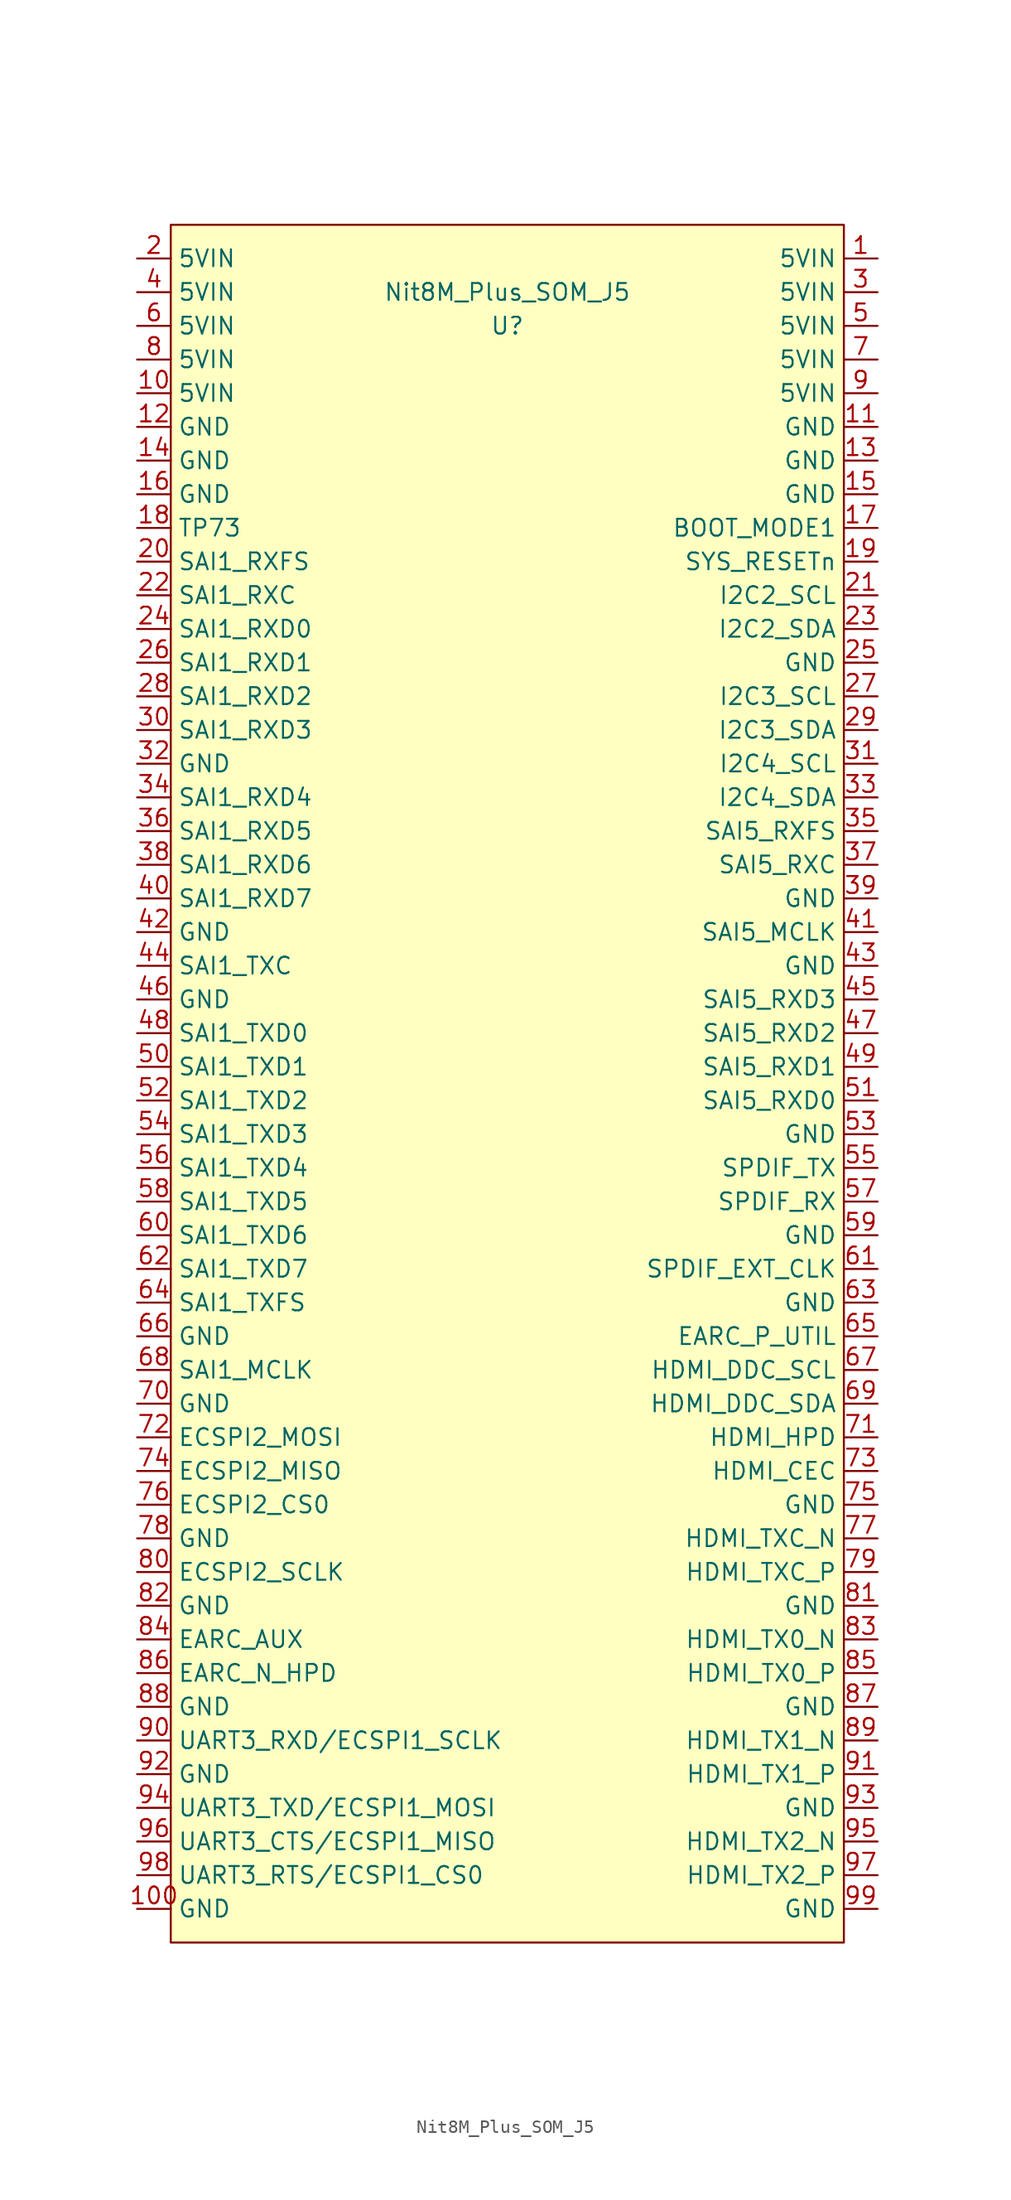
<source format=kicad_sym>
(kicad_symbol_lib
  (version 20211014)
  (generator kicad_symbol_editor)
  (symbol "Nit8M_Plus_SOM_J5"
    (property "Reference" "U"
      (at 0 31.75 0)
      (effects (font (size 1.27 1.27))))
    (property "Value" "Nit8M_Plus_SOM_J5"
      (at 0 34.29 0)
      (effects (font (size 1.27 1.27))))
    (symbol "Nit8M_Plus_SOM_J5_0_1"
      (rectangle (start -25.4 39.37) (end 25.4 -90.17) (stroke (width 0) (type default) (color 0 0 0 0)) (fill (type background))))
    (symbol "Nit8M_Plus_SOM_J5_1_1"
      (pin input line (at 27.94 36.83 180) (length 2.54) (name "5VIN" (effects (font (size 1.27 1.27)))) (number "1" (effects (font (size 1.27 1.27)))))
      (pin input line (at -27.94 26.67 0) (length 2.54) (name "5VIN" (effects (font (size 1.27 1.27)))) (number "10" (effects (font (size 1.27 1.27)))))
      (pin input line (at -27.94 -87.63 0) (length 2.54) (name "GND" (effects (font (size 1.27 1.27)))) (number "100" (effects (font (size 1.27 1.27)))))
      (pin input line (at 27.94 24.13 180) (length 2.54) (name "GND" (effects (font (size 1.27 1.27)))) (number "11" (effects (font (size 1.27 1.27)))))
      (pin input line (at -27.94 24.13 0) (length 2.54) (name "GND" (effects (font (size 1.27 1.27)))) (number "12" (effects (font (size 1.27 1.27)))))
      (pin input line (at 27.94 21.59 180) (length 2.54) (name "GND" (effects (font (size 1.27 1.27)))) (number "13" (effects (font (size 1.27 1.27)))))
      (pin input line (at -27.94 21.59 0) (length 2.54) (name "GND" (effects (font (size 1.27 1.27)))) (number "14" (effects (font (size 1.27 1.27)))))
      (pin input line (at 27.94 19.05 180) (length 2.54) (name "GND" (effects (font (size 1.27 1.27)))) (number "15" (effects (font (size 1.27 1.27)))))
      (pin input line (at -27.94 19.05 0) (length 2.54) (name "GND" (effects (font (size 1.27 1.27)))) (number "16" (effects (font (size 1.27 1.27)))))
      (pin input line (at 27.94 16.51 180) (length 2.54) (name "BOOT_MODE1" (effects (font (size 1.27 1.27)))) (number "17" (effects (font (size 1.27 1.27)))))
      (pin input line (at -27.94 16.51 0) (length 2.54) (name "TP73" (effects (font (size 1.27 1.27)))) (number "18" (effects (font (size 1.27 1.27)))))
      (pin input line (at 27.94 13.97 180) (length 2.54) (name "SYS_RESETn" (effects (font (size 1.27 1.27)))) (number "19" (effects (font (size 1.27 1.27)))))
      (pin input line (at -27.94 36.83 0) (length 2.54) (name "5VIN" (effects (font (size 1.27 1.27)))) (number "2" (effects (font (size 1.27 1.27)))))
      (pin input line (at -27.94 13.97 0) (length 2.54) (name "SAI1_RXFS" (effects (font (size 1.27 1.27)))) (number "20" (effects (font (size 1.27 1.27)))))
      (pin input line (at 27.94 11.43 180) (length 2.54) (name "I2C2_SCL" (effects (font (size 1.27 1.27)))) (number "21" (effects (font (size 1.27 1.27)))))
      (pin input line (at -27.94 11.43 0) (length 2.54) (name "SAI1_RXC" (effects (font (size 1.27 1.27)))) (number "22" (effects (font (size 1.27 1.27)))))
      (pin input line (at 27.94 8.89 180) (length 2.54) (name "I2C2_SDA" (effects (font (size 1.27 1.27)))) (number "23" (effects (font (size 1.27 1.27)))))
      (pin input line (at -27.94 8.89 0) (length 2.54) (name "SAI1_RXD0" (effects (font (size 1.27 1.27)))) (number "24" (effects (font (size 1.27 1.27)))))
      (pin input line (at 27.94 6.35 180) (length 2.54) (name "GND" (effects (font (size 1.27 1.27)))) (number "25" (effects (font (size 1.27 1.27)))))
      (pin input line (at -27.94 6.35 0) (length 2.54) (name "SAI1_RXD1" (effects (font (size 1.27 1.27)))) (number "26" (effects (font (size 1.27 1.27)))))
      (pin input line (at 27.94 3.81 180) (length 2.54) (name "I2C3_SCL" (effects (font (size 1.27 1.27)))) (number "27" (effects (font (size 1.27 1.27)))))
      (pin input line (at -27.94 3.81 0) (length 2.54) (name "SAI1_RXD2" (effects (font (size 1.27 1.27)))) (number "28" (effects (font (size 1.27 1.27)))))
      (pin input line (at 27.94 1.27 180) (length 2.54) (name "I2C3_SDA" (effects (font (size 1.27 1.27)))) (number "29" (effects (font (size 1.27 1.27)))))
      (pin input line (at 27.94 34.29 180) (length 2.54) (name "5VIN" (effects (font (size 1.27 1.27)))) (number "3" (effects (font (size 1.27 1.27)))))
      (pin input line (at -27.94 1.27 0) (length 2.54) (name "SAI1_RXD3" (effects (font (size 1.27 1.27)))) (number "30" (effects (font (size 1.27 1.27)))))
      (pin input line (at 27.94 -1.27 180) (length 2.54) (name "I2C4_SCL" (effects (font (size 1.27 1.27)))) (number "31" (effects (font (size 1.27 1.27)))))
      (pin input line (at -27.94 -1.27 0) (length 2.54) (name "GND" (effects (font (size 1.27 1.27)))) (number "32" (effects (font (size 1.27 1.27)))))
      (pin input line (at 27.94 -3.81 180) (length 2.54) (name "I2C4_SDA" (effects (font (size 1.27 1.27)))) (number "33" (effects (font (size 1.27 1.27)))))
      (pin input line (at -27.94 -3.81 0) (length 2.54) (name "SAI1_RXD4" (effects (font (size 1.27 1.27)))) (number "34" (effects (font (size 1.27 1.27)))))
      (pin input line (at 27.94 -6.35 180) (length 2.54) (name "SAI5_RXFS" (effects (font (size 1.27 1.27)))) (number "35" (effects (font (size 1.27 1.27)))))
      (pin input line (at -27.94 -6.35 0) (length 2.54) (name "SAI1_RXD5" (effects (font (size 1.27 1.27)))) (number "36" (effects (font (size 1.27 1.27)))))
      (pin input line (at 27.94 -8.89 180) (length 2.54) (name "SAI5_RXC" (effects (font (size 1.27 1.27)))) (number "37" (effects (font (size 1.27 1.27)))))
      (pin input line (at -27.94 -8.89 0) (length 2.54) (name "SAI1_RXD6" (effects (font (size 1.27 1.27)))) (number "38" (effects (font (size 1.27 1.27)))))
      (pin input line (at 27.94 -11.43 180) (length 2.54) (name "GND" (effects (font (size 1.27 1.27)))) (number "39" (effects (font (size 1.27 1.27)))))
      (pin input line (at -27.94 34.29 0) (length 2.54) (name "5VIN" (effects (font (size 1.27 1.27)))) (number "4" (effects (font (size 1.27 1.27)))))
      (pin input line (at -27.94 -11.43 0) (length 2.54) (name "SAI1_RXD7" (effects (font (size 1.27 1.27)))) (number "40" (effects (font (size 1.27 1.27)))))
      (pin input line (at 27.94 -13.97 180) (length 2.54) (name "SAI5_MCLK" (effects (font (size 1.27 1.27)))) (number "41" (effects (font (size 1.27 1.27)))))
      (pin input line (at -27.94 -13.97 0) (length 2.54) (name "GND" (effects (font (size 1.27 1.27)))) (number "42" (effects (font (size 1.27 1.27)))))
      (pin input line (at 27.94 -16.51 180) (length 2.54) (name "GND" (effects (font (size 1.27 1.27)))) (number "43" (effects (font (size 1.27 1.27)))))
      (pin input line (at -27.94 -16.51 0) (length 2.54) (name "SAI1_TXC" (effects (font (size 1.27 1.27)))) (number "44" (effects (font (size 1.27 1.27)))))
      (pin input line (at 27.94 -19.05 180) (length 2.54) (name "SAI5_RXD3" (effects (font (size 1.27 1.27)))) (number "45" (effects (font (size 1.27 1.27)))))
      (pin input line (at -27.94 -19.05 0) (length 2.54) (name "GND" (effects (font (size 1.27 1.27)))) (number "46" (effects (font (size 1.27 1.27)))))
      (pin input line (at 27.94 -21.59 180) (length 2.54) (name "SAI5_RXD2" (effects (font (size 1.27 1.27)))) (number "47" (effects (font (size 1.27 1.27)))))
      (pin input line (at -27.94 -21.59 0) (length 2.54) (name "SAI1_TXD0" (effects (font (size 1.27 1.27)))) (number "48" (effects (font (size 1.27 1.27)))))
      (pin input line (at 27.94 -24.13 180) (length 2.54) (name "SAI5_RXD1" (effects (font (size 1.27 1.27)))) (number "49" (effects (font (size 1.27 1.27)))))
      (pin input line (at 27.94 31.75 180) (length 2.54) (name "5VIN" (effects (font (size 1.27 1.27)))) (number "5" (effects (font (size 1.27 1.27)))))
      (pin input line (at -27.94 -24.13 0) (length 2.54) (name "SAI1_TXD1" (effects (font (size 1.27 1.27)))) (number "50" (effects (font (size 1.27 1.27)))))
      (pin input line (at 27.94 -26.67 180) (length 2.54) (name "SAI5_RXD0" (effects (font (size 1.27 1.27)))) (number "51" (effects (font (size 1.27 1.27)))))
      (pin input line (at -27.94 -26.67 0) (length 2.54) (name "SAI1_TXD2" (effects (font (size 1.27 1.27)))) (number "52" (effects (font (size 1.27 1.27)))))
      (pin input line (at 27.94 -29.21 180) (length 2.54) (name "GND" (effects (font (size 1.27 1.27)))) (number "53" (effects (font (size 1.27 1.27)))))
      (pin input line (at -27.94 -29.21 0) (length 2.54) (name "SAI1_TXD3" (effects (font (size 1.27 1.27)))) (number "54" (effects (font (size 1.27 1.27)))))
      (pin input line (at 27.94 -31.75 180) (length 2.54) (name "SPDIF_TX" (effects (font (size 1.27 1.27)))) (number "55" (effects (font (size 1.27 1.27)))))
      (pin input line (at -27.94 -31.75 0) (length 2.54) (name "SAI1_TXD4" (effects (font (size 1.27 1.27)))) (number "56" (effects (font (size 1.27 1.27)))))
      (pin input line (at 27.94 -34.29 180) (length 2.54) (name "SPDIF_RX" (effects (font (size 1.27 1.27)))) (number "57" (effects (font (size 1.27 1.27)))))
      (pin input line (at -27.94 -34.29 0) (length 2.54) (name "SAI1_TXD5" (effects (font (size 1.27 1.27)))) (number "58" (effects (font (size 1.27 1.27)))))
      (pin input line (at 27.94 -36.83 180) (length 2.54) (name "GND" (effects (font (size 1.27 1.27)))) (number "59" (effects (font (size 1.27 1.27)))))
      (pin input line (at -27.94 31.75 0) (length 2.54) (name "5VIN" (effects (font (size 1.27 1.27)))) (number "6" (effects (font (size 1.27 1.27)))))
      (pin input line (at -27.94 -36.83 0) (length 2.54) (name "SAI1_TXD6" (effects (font (size 1.27 1.27)))) (number "60" (effects (font (size 1.27 1.27)))))
      (pin input line (at 27.94 -39.37 180) (length 2.54) (name "SPDIF_EXT_CLK" (effects (font (size 1.27 1.27)))) (number "61" (effects (font (size 1.27 1.27)))))
      (pin input line (at -27.94 -39.37 0) (length 2.54) (name "SAI1_TXD7" (effects (font (size 1.27 1.27)))) (number "62" (effects (font (size 1.27 1.27)))))
      (pin input line (at 27.94 -41.91 180) (length 2.54) (name "GND" (effects (font (size 1.27 1.27)))) (number "63" (effects (font (size 1.27 1.27)))))
      (pin input line (at -27.94 -41.91 0) (length 2.54) (name "SAI1_TXFS" (effects (font (size 1.27 1.27)))) (number "64" (effects (font (size 1.27 1.27)))))
      (pin input line (at 27.94 -44.45 180) (length 2.54) (name "EARC_P_UTIL" (effects (font (size 1.27 1.27)))) (number "65" (effects (font (size 1.27 1.27)))))
      (pin input line (at -27.94 -44.45 0) (length 2.54) (name "GND" (effects (font (size 1.27 1.27)))) (number "66" (effects (font (size 1.27 1.27)))))
      (pin input line (at 27.94 -46.99 180) (length 2.54) (name "HDMI_DDC_SCL" (effects (font (size 1.27 1.27)))) (number "67" (effects (font (size 1.27 1.27)))))
      (pin input line (at -27.94 -46.99 0) (length 2.54) (name "SAI1_MCLK" (effects (font (size 1.27 1.27)))) (number "68" (effects (font (size 1.27 1.27)))))
      (pin input line (at 27.94 -49.53 180) (length 2.54) (name "HDMI_DDC_SDA" (effects (font (size 1.27 1.27)))) (number "69" (effects (font (size 1.27 1.27)))))
      (pin input line (at 27.94 29.21 180) (length 2.54) (name "5VIN" (effects (font (size 1.27 1.27)))) (number "7" (effects (font (size 1.27 1.27)))))
      (pin input line (at -27.94 -49.53 0) (length 2.54) (name "GND" (effects (font (size 1.27 1.27)))) (number "70" (effects (font (size 1.27 1.27)))))
      (pin input line (at 27.94 -52.07 180) (length 2.54) (name "HDMI_HPD" (effects (font (size 1.27 1.27)))) (number "71" (effects (font (size 1.27 1.27)))))
      (pin input line (at -27.94 -52.07 0) (length 2.54) (name "ECSPI2_MOSI" (effects (font (size 1.27 1.27)))) (number "72" (effects (font (size 1.27 1.27)))))
      (pin input line (at 27.94 -54.61 180) (length 2.54) (name "HDMI_CEC" (effects (font (size 1.27 1.27)))) (number "73" (effects (font (size 1.27 1.27)))))
      (pin input line (at -27.94 -54.61 0) (length 2.54) (name "ECSPI2_MISO" (effects (font (size 1.27 1.27)))) (number "74" (effects (font (size 1.27 1.27)))))
      (pin input line (at 27.94 -57.15 180) (length 2.54) (name "GND" (effects (font (size 1.27 1.27)))) (number "75" (effects (font (size 1.27 1.27)))))
      (pin input line (at -27.94 -57.15 0) (length 2.54) (name "ECSPI2_CS0" (effects (font (size 1.27 1.27)))) (number "76" (effects (font (size 1.27 1.27)))))
      (pin input line (at 27.94 -59.69 180) (length 2.54) (name "HDMI_TXC_N" (effects (font (size 1.27 1.27)))) (number "77" (effects (font (size 1.27 1.27)))))
      (pin input line (at -27.94 -59.69 0) (length 2.54) (name "GND" (effects (font (size 1.27 1.27)))) (number "78" (effects (font (size 1.27 1.27)))))
      (pin input line (at 27.94 -62.23 180) (length 2.54) (name "HDMI_TXC_P" (effects (font (size 1.27 1.27)))) (number "79" (effects (font (size 1.27 1.27)))))
      (pin input line (at -27.94 29.21 0) (length 2.54) (name "5VIN" (effects (font (size 1.27 1.27)))) (number "8" (effects (font (size 1.27 1.27)))))
      (pin input line (at -27.94 -62.23 0) (length 2.54) (name "ECSPI2_SCLK" (effects (font (size 1.27 1.27)))) (number "80" (effects (font (size 1.27 1.27)))))
      (pin input line (at 27.94 -64.77 180) (length 2.54) (name "GND" (effects (font (size 1.27 1.27)))) (number "81" (effects (font (size 1.27 1.27)))))
      (pin input line (at -27.94 -64.77 0) (length 2.54) (name "GND" (effects (font (size 1.27 1.27)))) (number "82" (effects (font (size 1.27 1.27)))))
      (pin input line (at 27.94 -67.31 180) (length 2.54) (name "HDMI_TX0_N" (effects (font (size 1.27 1.27)))) (number "83" (effects (font (size 1.27 1.27)))))
      (pin input line (at -27.94 -67.31 0) (length 2.54) (name "EARC_AUX" (effects (font (size 1.27 1.27)))) (number "84" (effects (font (size 1.27 1.27)))))
      (pin input line (at 27.94 -69.85 180) (length 2.54) (name "HDMI_TX0_P" (effects (font (size 1.27 1.27)))) (number "85" (effects (font (size 1.27 1.27)))))
      (pin input line (at -27.94 -69.85 0) (length 2.54) (name "EARC_N_HPD" (effects (font (size 1.27 1.27)))) (number "86" (effects (font (size 1.27 1.27)))))
      (pin input line (at 27.94 -72.39 180) (length 2.54) (name "GND" (effects (font (size 1.27 1.27)))) (number "87" (effects (font (size 1.27 1.27)))))
      (pin input line (at -27.94 -72.39 0) (length 2.54) (name "GND" (effects (font (size 1.27 1.27)))) (number "88" (effects (font (size 1.27 1.27)))))
      (pin input line (at 27.94 -74.93 180) (length 2.54) (name "HDMI_TX1_N" (effects (font (size 1.27 1.27)))) (number "89" (effects (font (size 1.27 1.27)))))
      (pin input line (at 27.94 26.67 180) (length 2.54) (name "5VIN" (effects (font (size 1.27 1.27)))) (number "9" (effects (font (size 1.27 1.27)))))
      (pin input line (at -27.94 -74.93 0) (length 2.54) (name "UART3_RXD/ECSPI1_SCLK" (effects (font (size 1.27 1.27)))) (number "90" (effects (font (size 1.27 1.27)))))
      (pin input line (at 27.94 -77.47 180) (length 2.54) (name "HDMI_TX1_P" (effects (font (size 1.27 1.27)))) (number "91" (effects (font (size 1.27 1.27)))))
      (pin input line (at -27.94 -77.47 0) (length 2.54) (name "GND" (effects (font (size 1.27 1.27)))) (number "92" (effects (font (size 1.27 1.27)))))
      (pin input line (at 27.94 -80.01 180) (length 2.54) (name "GND" (effects (font (size 1.27 1.27)))) (number "93" (effects (font (size 1.27 1.27)))))
      (pin input line (at -27.94 -80.01 0) (length 2.54) (name "UART3_TXD/ECSPI1_MOSI" (effects (font (size 1.27 1.27)))) (number "94" (effects (font (size 1.27 1.27)))))
      (pin input line (at 27.94 -82.55 180) (length 2.54) (name "HDMI_TX2_N" (effects (font (size 1.27 1.27)))) (number "95" (effects (font (size 1.27 1.27)))))
      (pin input line (at -27.94 -82.55 0) (length 2.54) (name "UART3_CTS/ECSPI1_MISO" (effects (font (size 1.27 1.27)))) (number "96" (effects (font (size 1.27 1.27)))))
      (pin input line (at 27.94 -85.09 180) (length 2.54) (name "HDMI_TX2_P" (effects (font (size 1.27 1.27)))) (number "97" (effects (font (size 1.27 1.27)))))
      (pin input line (at -27.94 -85.09 0) (length 2.54) (name "UART3_RTS/ECSPI1_CS0" (effects (font (size 1.27 1.27)))) (number "98" (effects (font (size 1.27 1.27)))))
      (pin input line (at 27.94 -87.63 180) (length 2.54) (name "GND" (effects (font (size 1.27 1.27)))) (number "99" (effects (font (size 1.27 1.27))))))))
</source>
